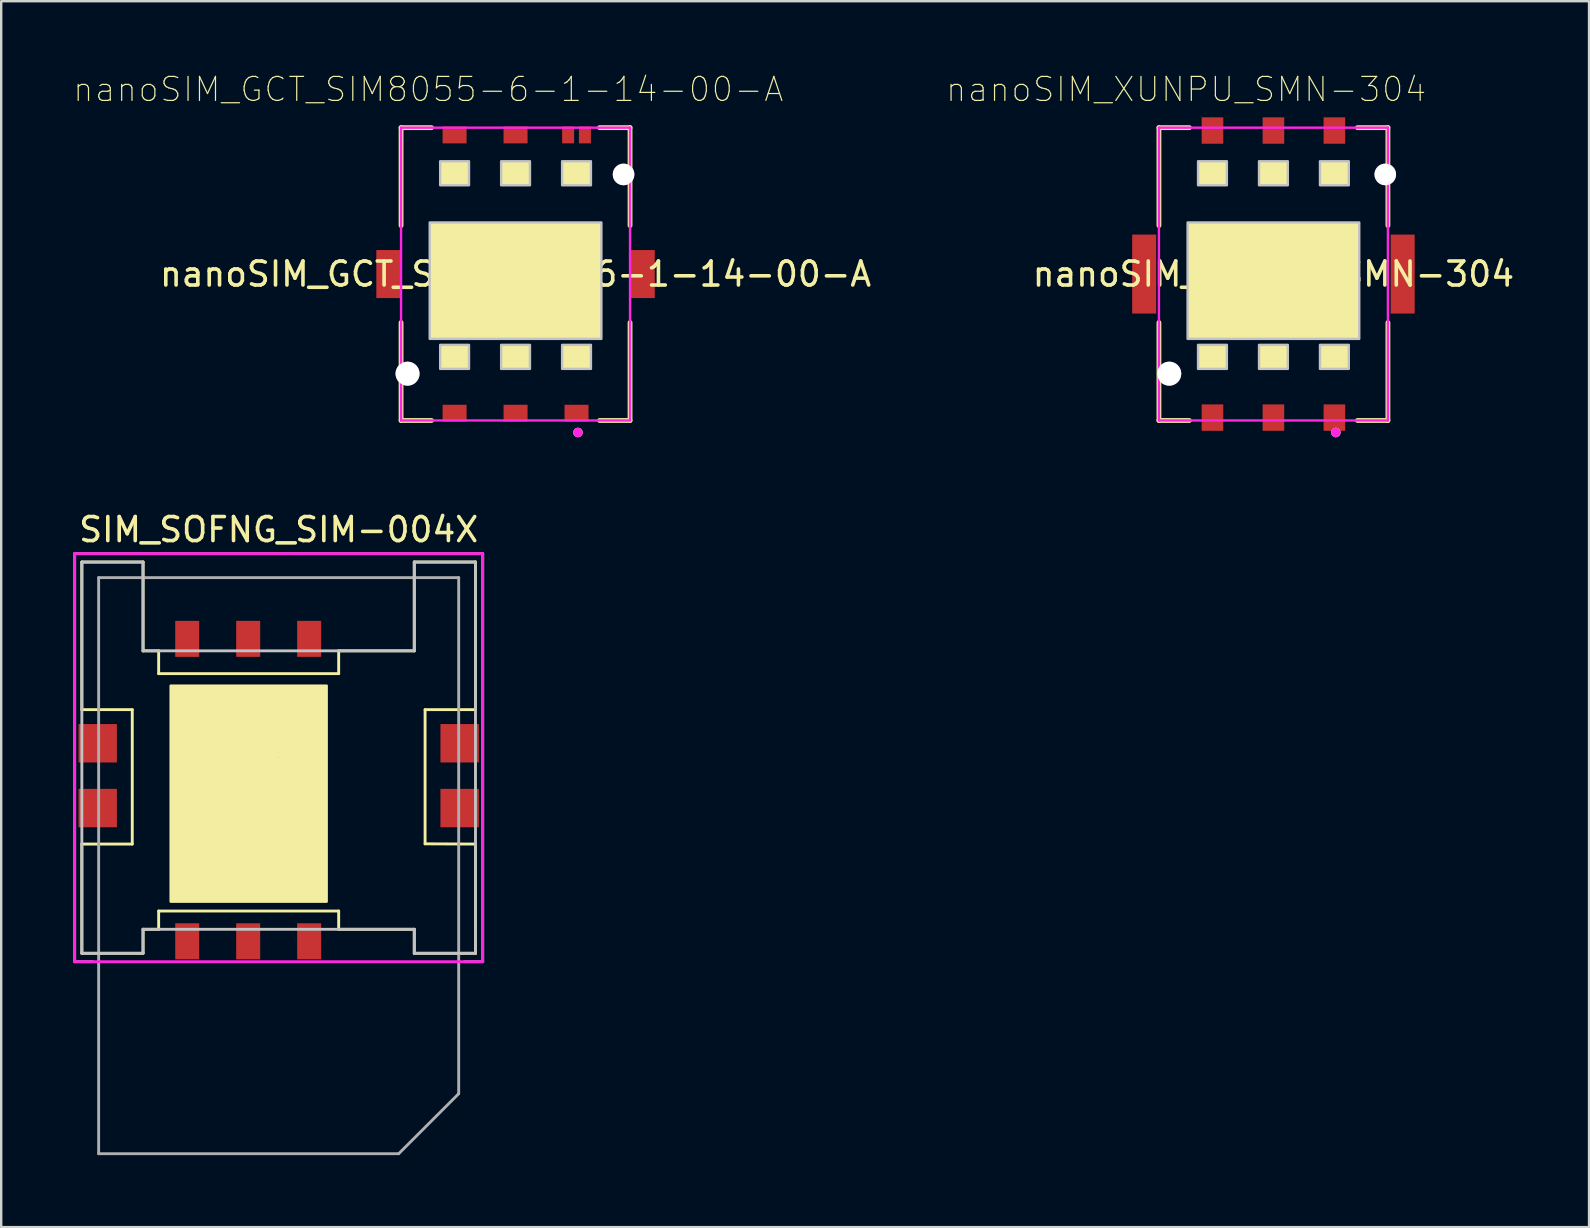
<source format=kicad_pcb>
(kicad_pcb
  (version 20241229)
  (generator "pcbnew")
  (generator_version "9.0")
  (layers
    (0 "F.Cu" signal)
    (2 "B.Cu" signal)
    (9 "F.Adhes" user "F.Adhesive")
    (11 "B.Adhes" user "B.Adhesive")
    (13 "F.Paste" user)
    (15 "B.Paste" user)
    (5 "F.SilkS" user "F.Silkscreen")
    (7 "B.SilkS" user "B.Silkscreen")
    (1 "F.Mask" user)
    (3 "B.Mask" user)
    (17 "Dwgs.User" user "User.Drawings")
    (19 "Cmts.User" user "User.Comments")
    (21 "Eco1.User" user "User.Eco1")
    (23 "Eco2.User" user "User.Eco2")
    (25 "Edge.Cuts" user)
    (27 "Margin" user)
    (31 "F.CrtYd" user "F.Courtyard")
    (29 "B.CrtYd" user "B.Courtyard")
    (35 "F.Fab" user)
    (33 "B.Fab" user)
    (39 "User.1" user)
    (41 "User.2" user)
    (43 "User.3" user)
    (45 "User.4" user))
  (footprint "nanoSIM_GCT_SIM8055-6-1-14-00-A"
    (layer "F.Cu")
    (at 18.429 8.368)
    (property "Reference" "nanoSIM_GCT_SIM8055-6-1-14-00-A" (at -3.635 -7.695 0) (layer "F.SilkS") (effects (font (size 1.001 1.001) (thickness 0.05))))
    (attr smd)
    (fp_line (start -4.77 -6.1) (end -3.5 -6.1) (stroke (width 0.2) (type solid)) (layer "F.SilkS"))
    (fp_line (start -4.77 -2.02) (end -4.77 -6.1) (stroke (width 0.2) (type solid)) (layer "F.SilkS"))
    (fp_line (start -4.77 6.1) (end -4.77 2.02) (stroke (width 0.2) (type solid)) (layer "F.SilkS"))
    (fp_line (start -4.77 6.1) (end -3.5 6.1) (stroke (width 0.2) (type solid)) (layer "F.SilkS"))
    (fp_line (start 3.5 -6.1) (end 4.77 -6.1) (stroke (width 0.2) (type solid)) (layer "F.SilkS"))
    (fp_line (start 3.5 6.1) (end 4.77 6.1) (stroke (width 0.2) (type solid)) (layer "F.SilkS"))
    (fp_line (start 4.77 -2.02) (end 4.77 -6.1) (stroke (width 0.2) (type solid)) (layer "F.SilkS"))
    (fp_line (start 4.77 6.1) (end 4.77 2.02) (stroke (width 0.2) (type solid)) (layer "F.SilkS"))
    (fp_circle (center 2.6 6.6) (end 2.7 6.6) (stroke (width 0.2) (type solid)) (fill no) (layer "F.SilkS"))
    (fp_poly (pts (xy -3.575 -2.15) (xy 3.575 -2.15) (xy 3.575 2.7) (xy -3.575 2.7)) (stroke (width 0) (type solid)) (fill yes) (layer "F.SilkS"))
    (fp_poly (pts (xy -3.14 -4.7) (xy -1.94 -4.7) (xy -1.94 -3.7) (xy -3.14 -3.7)) (stroke (width 0) (type solid)) (fill yes) (layer "F.SilkS"))
    (fp_poly (pts (xy -3.14 2.95) (xy -1.94 2.95) (xy -1.94 3.95) (xy -3.14 3.95)) (stroke (width 0) (type solid)) (fill yes) (layer "F.SilkS"))
    (fp_poly (pts (xy -0.6 -4.7) (xy 0.6 -4.7) (xy 0.6 -3.7) (xy -0.6 -3.7)) (stroke (width 0) (type solid)) (fill yes) (layer "F.SilkS"))
    (fp_poly (pts (xy -0.6 2.95) (xy 0.6 2.95) (xy 0.6 3.95) (xy -0.6 3.95)) (stroke (width 0) (type solid)) (fill yes) (layer "F.SilkS"))
    (fp_poly (pts (xy 1.94 -4.7) (xy 3.14 -4.7) (xy 3.14 -3.7) (xy 1.94 -3.7)) (stroke (width 0) (type solid)) (fill yes) (layer "F.SilkS"))
    (fp_poly (pts (xy 1.94 2.95) (xy 3.14 2.95) (xy 3.14 3.95) (xy 1.94 3.95)) (stroke (width 0) (type solid)) (fill yes) (layer "F.SilkS"))
    (fp_poly (pts (xy -3.575 -2.15) (xy 3.575 -2.15) (xy 3.575 2.7) (xy -3.575 2.7)) (stroke (width 0.1) (type solid)) (fill no) (layer "Dwgs.User"))
    (fp_poly (pts (xy -3.14 -4.7) (xy -1.94 -4.7) (xy -1.94 -3.7) (xy -3.14 -3.7)) (stroke (width 0.1) (type solid)) (fill no) (layer "Dwgs.User"))
    (fp_poly (pts (xy -3.14 2.95) (xy -1.94 2.95) (xy -1.94 3.95) (xy -3.14 3.95)) (stroke (width 0.1) (type solid)) (fill no) (layer "Dwgs.User"))
    (fp_poly (pts (xy -0.6 -4.7) (xy 0.6 -4.7) (xy 0.6 -3.7) (xy -0.6 -3.7)) (stroke (width 0.1) (type solid)) (fill no) (layer "Dwgs.User"))
    (fp_poly (pts (xy -0.6 2.95) (xy 0.6 2.95) (xy 0.6 3.95) (xy -0.6 3.95)) (stroke (width 0.1) (type solid)) (fill no) (layer "Dwgs.User"))
    (fp_poly (pts (xy 1.94 -4.7) (xy 3.14 -4.7) (xy 3.14 -3.7) (xy 1.94 -3.7)) (stroke (width 0.1) (type solid)) (fill no) (layer "Dwgs.User"))
    (fp_poly (pts (xy 1.94 2.95) (xy 3.14 2.95) (xy 3.14 3.95) (xy 1.94 3.95)) (stroke (width 0.1) (type solid)) (fill no) (layer "Dwgs.User"))
    (fp_line (start -6.05 -6.395) (end 6.05 -6.395) (stroke (width 0.05) (type solid)) (layer "Eco1.User"))
    (fp_line (start -6.05 6.395) (end -6.05 -6.395) (stroke (width 0.05) (type solid)) (layer "Eco1.User"))
    (fp_line (start -6.05 6.395) (end 6.05 6.395) (stroke (width 0.05) (type solid)) (layer "Eco1.User"))
    (fp_line (start 6.05 6.395) (end 6.05 -6.395) (stroke (width 0.05) (type solid)) (layer "Eco1.User"))
    (fp_line (start -4.77 -6.1) (end 4.77 -6.1) (stroke (width 0.1) (type solid)) (layer "F.CrtYd"))
    (fp_line (start -4.77 6.1) (end -4.77 -6.1) (stroke (width 0.1) (type solid)) (layer "F.CrtYd"))
    (fp_line (start -4.77 6.1) (end 4.77 6.1) (stroke (width 0.1) (type solid)) (layer "F.CrtYd"))
    (fp_line (start 4.77 6.1) (end 4.77 -6.1) (stroke (width 0.1) (type solid)) (layer "F.CrtYd"))
    (fp_circle (center 2.6 6.6) (end 2.7 6.6) (stroke (width 0.2) (type solid)) (fill no) (layer "F.CrtYd"))
    (fp_text user "${REFERENCE}" (at 0 0 0) (layer "F.SilkS") (effects (font (size 1 1) (thickness 0.15))))
    (pad "1" smd rect (at 2.54 5.795) (size 1 0.7) (layers "F.Cu" "F.Mask" "F.Paste"))
    (pad "2" smd rect (at 0 5.795) (size 1 0.7) (layers "F.Cu" "F.Mask" "F.Paste"))
    (pad "3" smd rect (at -2.54 5.795) (size 1 0.7) (layers "F.Cu" "F.Mask" "F.Paste"))
    (pad "4" smd rect (at 5.3 0) (size 1 2) (layers "F.Cu" "F.Mask" "F.Paste"))
    (pad "5" smd rect (at 2.19 -5.795) (size 0.5 0.7) (layers "F.Cu" "F.Mask" "F.Paste"))
    (pad "6" smd rect (at 0 -5.795) (size 1 0.7) (layers "F.Cu" "F.Mask" "F.Paste"))
    (pad "7" smd rect (at -2.54 -5.795) (size 1 0.7) (layers "F.Cu" "F.Mask" "F.Paste"))
    (pad "8" smd rect (at -5.3 0) (size 1 2) (layers "F.Cu" "F.Mask" "F.Paste"))
    (pad "9" thru_hole circle (at -4.5 4.15) (size 1 1) (drill 1) (layers "*.Cu" "*.Mask"))
    (pad "CD" smd rect (at 2.89 -5.795) (size 0.5 0.7) (layers "F.Cu" "F.Mask" "F.Paste"))
    (pad "~" thru_hole circle (at 4.5 -4.15) (size 0.9 0.9) (drill 0.9) (layers "*.Cu" "*.Mask")))
  (footprint "nanoSIM_XUNPU_SMN-304"
    (layer "F.Cu")
    (at 50.004 8.368)
    (property "Reference" "nanoSIM_XUNPU_SMN-304" (at -3.635 -7.695 0) (layer "F.SilkS") (effects (font (size 1.001 1.001) (thickness 0.05))))
    (attr smd)
    (fp_line (start -4.77 -6.1) (end -3.5 -6.1) (stroke (width 0.2) (type solid)) (layer "F.SilkS"))
    (fp_line (start -4.77 -2.02) (end -4.77 -6.1) (stroke (width 0.2) (type solid)) (layer "F.SilkS"))
    (fp_line (start -4.77 6.1) (end -4.77 2.02) (stroke (width 0.2) (type solid)) (layer "F.SilkS"))
    (fp_line (start -4.77 6.1) (end -3.5 6.1) (stroke (width 0.2) (type solid)) (layer "F.SilkS"))
    (fp_line (start 3.5 -6.1) (end 4.77 -6.1) (stroke (width 0.2) (type solid)) (layer "F.SilkS"))
    (fp_line (start 3.5 6.1) (end 4.77 6.1) (stroke (width 0.2) (type solid)) (layer "F.SilkS"))
    (fp_line (start 4.77 -2.02) (end 4.77 -6.1) (stroke (width 0.2) (type solid)) (layer "F.SilkS"))
    (fp_line (start 4.77 6.1) (end 4.77 2.02) (stroke (width 0.2) (type solid)) (layer "F.SilkS"))
    (fp_circle (center 2.6 6.6) (end 2.7 6.6) (stroke (width 0.2) (type solid)) (fill no) (layer "F.SilkS"))
    (fp_poly (pts (xy -3.575 -2.15) (xy 3.575 -2.15) (xy 3.575 2.7) (xy -3.575 2.7)) (stroke (width 0) (type solid)) (fill yes) (layer "F.SilkS"))
    (fp_poly (pts (xy -3.14 -4.7) (xy -1.94 -4.7) (xy -1.94 -3.7) (xy -3.14 -3.7)) (stroke (width 0) (type solid)) (fill yes) (layer "F.SilkS"))
    (fp_poly (pts (xy -3.14 2.95) (xy -1.94 2.95) (xy -1.94 3.95) (xy -3.14 3.95)) (stroke (width 0) (type solid)) (fill yes) (layer "F.SilkS"))
    (fp_poly (pts (xy -0.6 -4.7) (xy 0.6 -4.7) (xy 0.6 -3.7) (xy -0.6 -3.7)) (stroke (width 0) (type solid)) (fill yes) (layer "F.SilkS"))
    (fp_poly (pts (xy -0.6 2.95) (xy 0.6 2.95) (xy 0.6 3.95) (xy -0.6 3.95)) (stroke (width 0) (type solid)) (fill yes) (layer "F.SilkS"))
    (fp_poly (pts (xy 1.94 -4.7) (xy 3.14 -4.7) (xy 3.14 -3.7) (xy 1.94 -3.7)) (stroke (width 0) (type solid)) (fill yes) (layer "F.SilkS"))
    (fp_poly (pts (xy 1.94 2.95) (xy 3.14 2.95) (xy 3.14 3.95) (xy 1.94 3.95)) (stroke (width 0) (type solid)) (fill yes) (layer "F.SilkS"))
    (fp_poly (pts (xy -3.575 -2.15) (xy 3.575 -2.15) (xy 3.575 2.7) (xy -3.575 2.7)) (stroke (width 0.1) (type solid)) (fill no) (layer "Dwgs.User"))
    (fp_poly (pts (xy -3.14 -4.7) (xy -1.94 -4.7) (xy -1.94 -3.7) (xy -3.14 -3.7)) (stroke (width 0.1) (type solid)) (fill no) (layer "Dwgs.User"))
    (fp_poly (pts (xy -3.14 2.95) (xy -1.94 2.95) (xy -1.94 3.95) (xy -3.14 3.95)) (stroke (width 0.1) (type solid)) (fill no) (layer "Dwgs.User"))
    (fp_poly (pts (xy -0.6 -4.7) (xy 0.6 -4.7) (xy 0.6 -3.7) (xy -0.6 -3.7)) (stroke (width 0.1) (type solid)) (fill no) (layer "Dwgs.User"))
    (fp_poly (pts (xy -0.6 2.95) (xy 0.6 2.95) (xy 0.6 3.95) (xy -0.6 3.95)) (stroke (width 0.1) (type solid)) (fill no) (layer "Dwgs.User"))
    (fp_poly (pts (xy 1.94 -4.7) (xy 3.14 -4.7) (xy 3.14 -3.7) (xy 1.94 -3.7)) (stroke (width 0.1) (type solid)) (fill no) (layer "Dwgs.User"))
    (fp_poly (pts (xy 1.94 2.95) (xy 3.14 2.95) (xy 3.14 3.95) (xy 1.94 3.95)) (stroke (width 0.1) (type solid)) (fill no) (layer "Dwgs.User"))
    (fp_line (start -6.05 -6.395) (end 6.05 -6.395) (stroke (width 0.05) (type solid)) (layer "Eco1.User"))
    (fp_line (start -6.05 6.395) (end -6.05 -6.395) (stroke (width 0.05) (type solid)) (layer "Eco1.User"))
    (fp_line (start -6.05 6.395) (end 6.05 6.395) (stroke (width 0.05) (type solid)) (layer "Eco1.User"))
    (fp_line (start 6.05 6.395) (end 6.05 -6.395) (stroke (width 0.05) (type solid)) (layer "Eco1.User"))
    (fp_line (start -4.77 -6.1) (end 4.77 -6.1) (stroke (width 0.1) (type solid)) (layer "F.CrtYd"))
    (fp_line (start -4.77 6.1) (end -4.77 -6.1) (stroke (width 0.1) (type solid)) (layer "F.CrtYd"))
    (fp_line (start -4.77 6.1) (end 4.77 6.1) (stroke (width 0.1) (type solid)) (layer "F.CrtYd"))
    (fp_line (start 4.77 6.1) (end 4.77 -6.1) (stroke (width 0.1) (type solid)) (layer "F.CrtYd"))
    (fp_circle (center 2.6 6.6) (end 2.7 6.6) (stroke (width 0.2) (type solid)) (fill no) (layer "F.CrtYd"))
    (fp_text user "${REFERENCE}" (at 0 0 0) (layer "F.SilkS") (effects (font (size 1 1) (thickness 0.15))))
    (pad "1" smd rect (at 2.54 5.98) (size 0.9 1.1) (layers "F.Cu" "F.Mask" "F.Paste"))
    (pad "2" smd rect (at 0 5.98) (size 0.9 1.1) (layers "F.Cu" "F.Mask" "F.Paste"))
    (pad "3" smd rect (at -2.54 5.98) (size 0.9 1.1) (layers "F.Cu" "F.Mask" "F.Paste"))
    (pad "5" smd rect (at -5.385 0) (size 1 3.29) (layers "F.Cu" "F.Mask" "F.Paste"))
    (pad "5" smd rect (at 2.54 -5.98) (size 0.9 1.1) (layers "F.Cu" "F.Mask" "F.Paste"))
    (pad "5" smd rect (at 5.385 0) (size 1 3.29) (layers "F.Cu" "F.Mask" "F.Paste"))
    (pad "6" smd rect (at 0 -5.98) (size 0.9 1.1) (layers "F.Cu" "F.Mask" "F.Paste"))
    (pad "7" smd rect (at -2.54 -5.98) (size 0.9 1.1) (layers "F.Cu" "F.Mask" "F.Paste"))
    (pad "~" thru_hole circle (at -4.34 4.15) (size 1 1) (drill 1) (layers "*.Cu" "*.Mask"))
    (pad "~" thru_hole circle (at 4.66 -4.15) (size 0.9 0.9) (drill 0.9) (layers "*.Cu" "*.Mask")))
  (footprint "SIM_SOFNG_SIM-004X"
    (layer "F.Cu")
    (at 8.56 28.516)
    (property "Reference" "SIM_SOFNG_SIM-004X" (at 0 -9.5 0) (layer "F.SilkS") (effects (font (size 1 1) (thickness 0.15))))
    (attr through_hole)
    (fp_line (start -8.2 -2) (end -8.2 -8.15) (stroke (width 0.12) (type solid)) (layer "F.SilkS"))
    (fp_line (start -8.2 3.6) (end -6.1 3.6) (stroke (width 0.12) (type solid)) (layer "F.SilkS"))
    (fp_line (start -8.2 8.15) (end -8.2 3.6) (stroke (width 0.12) (type solid)) (layer "F.SilkS"))
    (fp_line (start -8.2 8.15) (end -5.65 8.15) (stroke (width 0.12) (type solid)) (layer "F.SilkS"))
    (fp_line (start -6.1 -2) (end -8.2 -2) (stroke (width 0.12) (type solid)) (layer "F.SilkS"))
    (fp_line (start -6.1 -2) (end -6.1 3.6) (stroke (width 0.12) (type solid)) (layer "F.SilkS"))
    (fp_line (start -5.65 -8.15) (end -8.2 -8.15) (stroke (width 0.12) (type solid)) (layer "F.SilkS"))
    (fp_line (start -5.65 -8.15) (end -5.65 -4.45) (stroke (width 0.12) (type solid)) (layer "F.SilkS"))
    (fp_line (start -5.65 -4.45) (end -5 -4.45) (stroke (width 0.12) (type solid)) (layer "F.SilkS"))
    (fp_line (start -5.65 8.15) (end -5.65 7.15) (stroke (width 0.12) (type solid)) (layer "F.SilkS"))
    (fp_line (start -5 -4.45) (end -5 -3.5) (stroke (width 0.12) (type solid)) (layer "F.SilkS"))
    (fp_line (start -5 -3.5) (end 2.5 -3.5) (stroke (width 0.12) (type solid)) (layer "F.SilkS"))
    (fp_line (start -5 6.39) (end -5 7.15) (stroke (width 0.12) (type solid)) (layer "F.SilkS"))
    (fp_line (start -5 6.39) (end 2.5 6.39) (stroke (width 0.12) (type solid)) (layer "F.SilkS"))
    (fp_line (start -5 7.15) (end -5.65 7.15) (stroke (width 0.12) (type solid)) (layer "F.SilkS"))
    (fp_line (start 2.5 -4.45) (end 2.5 -3.5) (stroke (width 0.12) (type solid)) (layer "F.SilkS"))
    (fp_line (start 2.5 6.39) (end 2.5 7.15) (stroke (width 0.12) (type solid)) (layer "F.SilkS"))
    (fp_line (start 2.5 7.15) (end 5.65 7.15) (stroke (width 0.12) (type solid)) (layer "F.SilkS"))
    (fp_line (start 5.65 -8.15) (end 5.65 -4.45) (stroke (width 0.12) (type solid)) (layer "F.SilkS"))
    (fp_line (start 5.65 -4.45) (end 2.5 -4.45) (stroke (width 0.12) (type solid)) (layer "F.SilkS"))
    (fp_line (start 5.65 8.15) (end 5.65 7.15) (stroke (width 0.12) (type solid)) (layer "F.SilkS"))
    (fp_line (start 6.1 -2) (end 8.2 -2) (stroke (width 0.12) (type solid)) (layer "F.SilkS"))
    (fp_line (start 6.1 3.59) (end 6.1 -2) (stroke (width 0.12) (type solid)) (layer "F.SilkS"))
    (fp_line (start 8.2 -8.15) (end 5.65 -8.15) (stroke (width 0.12) (type solid)) (layer "F.SilkS"))
    (fp_line (start 8.2 -8.15) (end 8.2 -2) (stroke (width 0.12) (type solid)) (layer "F.SilkS"))
    (fp_line (start 8.2 3.6) (end 6.1 3.59) (stroke (width 0.12) (type solid)) (layer "F.SilkS"))
    (fp_line (start 8.2 3.6) (end 8.2 8.15) (stroke (width 0.12) (type solid)) (layer "F.SilkS"))
    (fp_line (start 8.2 8.15) (end 5.65 8.15) (stroke (width 0.12) (type solid)) (layer "F.SilkS"))
    (fp_poly (pts (xy 2 6) (xy -4.5 6) (xy -4.5 -3) (xy 2 -3)) (stroke (width 0.1) (type solid)) (fill yes) (layer "F.SilkS"))
    (fp_line (start -8.2 8.15) (end -8.2 -8.15) (stroke (width 0.12) (type solid)) (layer "Dwgs.User"))
    (fp_line (start -8.2 8.15) (end -5.65 8.15) (stroke (width 0.12) (type solid)) (layer "Dwgs.User"))
    (fp_line (start -5.65 -8.15) (end -8.2 -8.15) (stroke (width 0.12) (type solid)) (layer "Dwgs.User"))
    (fp_line (start -5.65 -8.15) (end -5.65 -4.45) (stroke (width 0.12) (type solid)) (layer "Dwgs.User"))
    (fp_line (start -5.65 -4.45) (end 5.65 -4.45) (stroke (width 0.12) (type solid)) (layer "Dwgs.User"))
    (fp_line (start -5.65 8.15) (end -5.65 7.15) (stroke (width 0.12) (type solid)) (layer "Dwgs.User"))
    (fp_line (start -0.02 0) (end 0.02 0) (stroke (width 0.01) (type solid)) (layer "Dwgs.User"))
    (fp_line (start 0 -0.02) (end 0 0.02) (stroke (width 0.01) (type solid)) (layer "Dwgs.User"))
    (fp_line (start 5.65 -8.15) (end 5.65 -4.45) (stroke (width 0.12) (type solid)) (layer "Dwgs.User"))
    (fp_line (start 5.65 7.15) (end -5.65 7.15) (stroke (width 0.12) (type solid)) (layer "Dwgs.User"))
    (fp_line (start 5.65 8.15) (end 5.65 7.15) (stroke (width 0.12) (type solid)) (layer "Dwgs.User"))
    (fp_line (start 8.2 -8.15) (end 5.65 -8.15) (stroke (width 0.12) (type solid)) (layer "Dwgs.User"))
    (fp_line (start 8.2 -8.15) (end 8.2 8.15) (stroke (width 0.12) (type solid)) (layer "Dwgs.User"))
    (fp_line (start 8.2 8.15) (end 5.65 8.15) (stroke (width 0.12) (type solid)) (layer "Dwgs.User"))
    (fp_line (start 8.2 8.15) (end 8.2 7.15) (stroke (width 0.12) (type solid)) (layer "Dwgs.User"))
    (fp_line (start -8.5 -8.5) (end -8.5 8.5) (stroke (width 0.12) (type solid)) (layer "F.CrtYd"))
    (fp_line (start -8.5 8.5) (end 8.5 8.5) (stroke (width 0.12) (type solid)) (layer "F.CrtYd"))
    (fp_line (start 8.5 -8.5) (end -8.5 -8.5) (stroke (width 0.12) (type solid)) (layer "F.CrtYd"))
    (fp_line (start 8.5 8.5) (end 8.5 -8.5) (stroke (width 0.12) (type solid)) (layer "F.CrtYd"))
    (fp_line (start -8.5 -8.5) (end 8.5 -8.5) (stroke (width 0.12) (type solid)) (layer "F.Fab"))
    (fp_line (start -8.5 8.5) (end -8.5 -8.5) (stroke (width 0.12) (type solid)) (layer "F.Fab"))
    (fp_line (start -7.75 8.5) (end -8.5 8.5) (stroke (width 0.12) (type solid)) (layer "F.Fab"))
    (fp_line (start -7.5 -7.5) (end 7.5 -7.5) (stroke (width 0.12) (type solid)) (layer "F.Fab"))
    (fp_line (start -7.5 16.5) (end -7.5 -7.5) (stroke (width 0.12) (type solid)) (layer "F.Fab"))
    (fp_line (start 5 16.5) (end -7.5 16.5) (stroke (width 0.12) (type solid)) (layer "F.Fab"))
    (fp_line (start 7.5 -7.5) (end 7.5 14) (stroke (width 0.12) (type solid)) (layer "F.Fab"))
    (fp_line (start 7.5 14) (end 5 16.5) (stroke (width 0.12) (type solid)) (layer "F.Fab"))
    (fp_line (start 8.5 -8.5) (end 8.5 8.5) (stroke (width 0.12) (type solid)) (layer "F.Fab"))
    (fp_line (start 8.5 8.5) (end 7.75 8.5) (stroke (width 0.12) (type solid)) (layer "F.Fab"))
    (pad "1" smd rect (at -3.81 -4.95) (size 1 1.5) (layers "F.Cu" "F.Mask" "F.Paste"))
    (pad "2" smd rect (at -1.27 -4.95) (size 1 1.5) (layers "F.Cu" "F.Mask" "F.Paste"))
    (pad "3" smd rect (at 1.27 -4.95) (size 1 1.5) (layers "F.Cu" "F.Mask" "F.Paste"))
    (pad "5" smd rect (at -7.54 -0.6) (size 1.6 1.6) (layers "F.Cu" "F.Mask" "F.Paste"))
    (pad "5" smd rect (at -7.54 2.1) (size 1.6 1.6) (layers "F.Cu" "F.Mask" "F.Paste"))
    (pad "5" smd rect (at -3.81 7.65) (size 1 1.5) (layers "F.Cu" "F.Mask" "F.Paste"))
    (pad "5" smd rect (at 7.54 -0.6) (size 1.6 1.6) (layers "F.Cu" "F.Mask" "F.Paste"))
    (pad "5" smd rect (at 7.54 2.1) (size 1.6 1.6) (layers "F.Cu" "F.Mask" "F.Paste"))
    (pad "6" smd rect (at -1.27 7.65) (size 1 1.5) (layers "F.Cu" "F.Mask" "F.Paste"))
    (pad "7" smd rect (at 1.27 7.65) (size 1 1.5) (layers "F.Cu" "F.Mask" "F.Paste")))
  (gr_rect
    (start -3 -3)
    (end 63.153 48.076)
    (stroke (width 0.1) (type default))
    (fill no)
    (layer "Edge.Cuts")))
</source>
